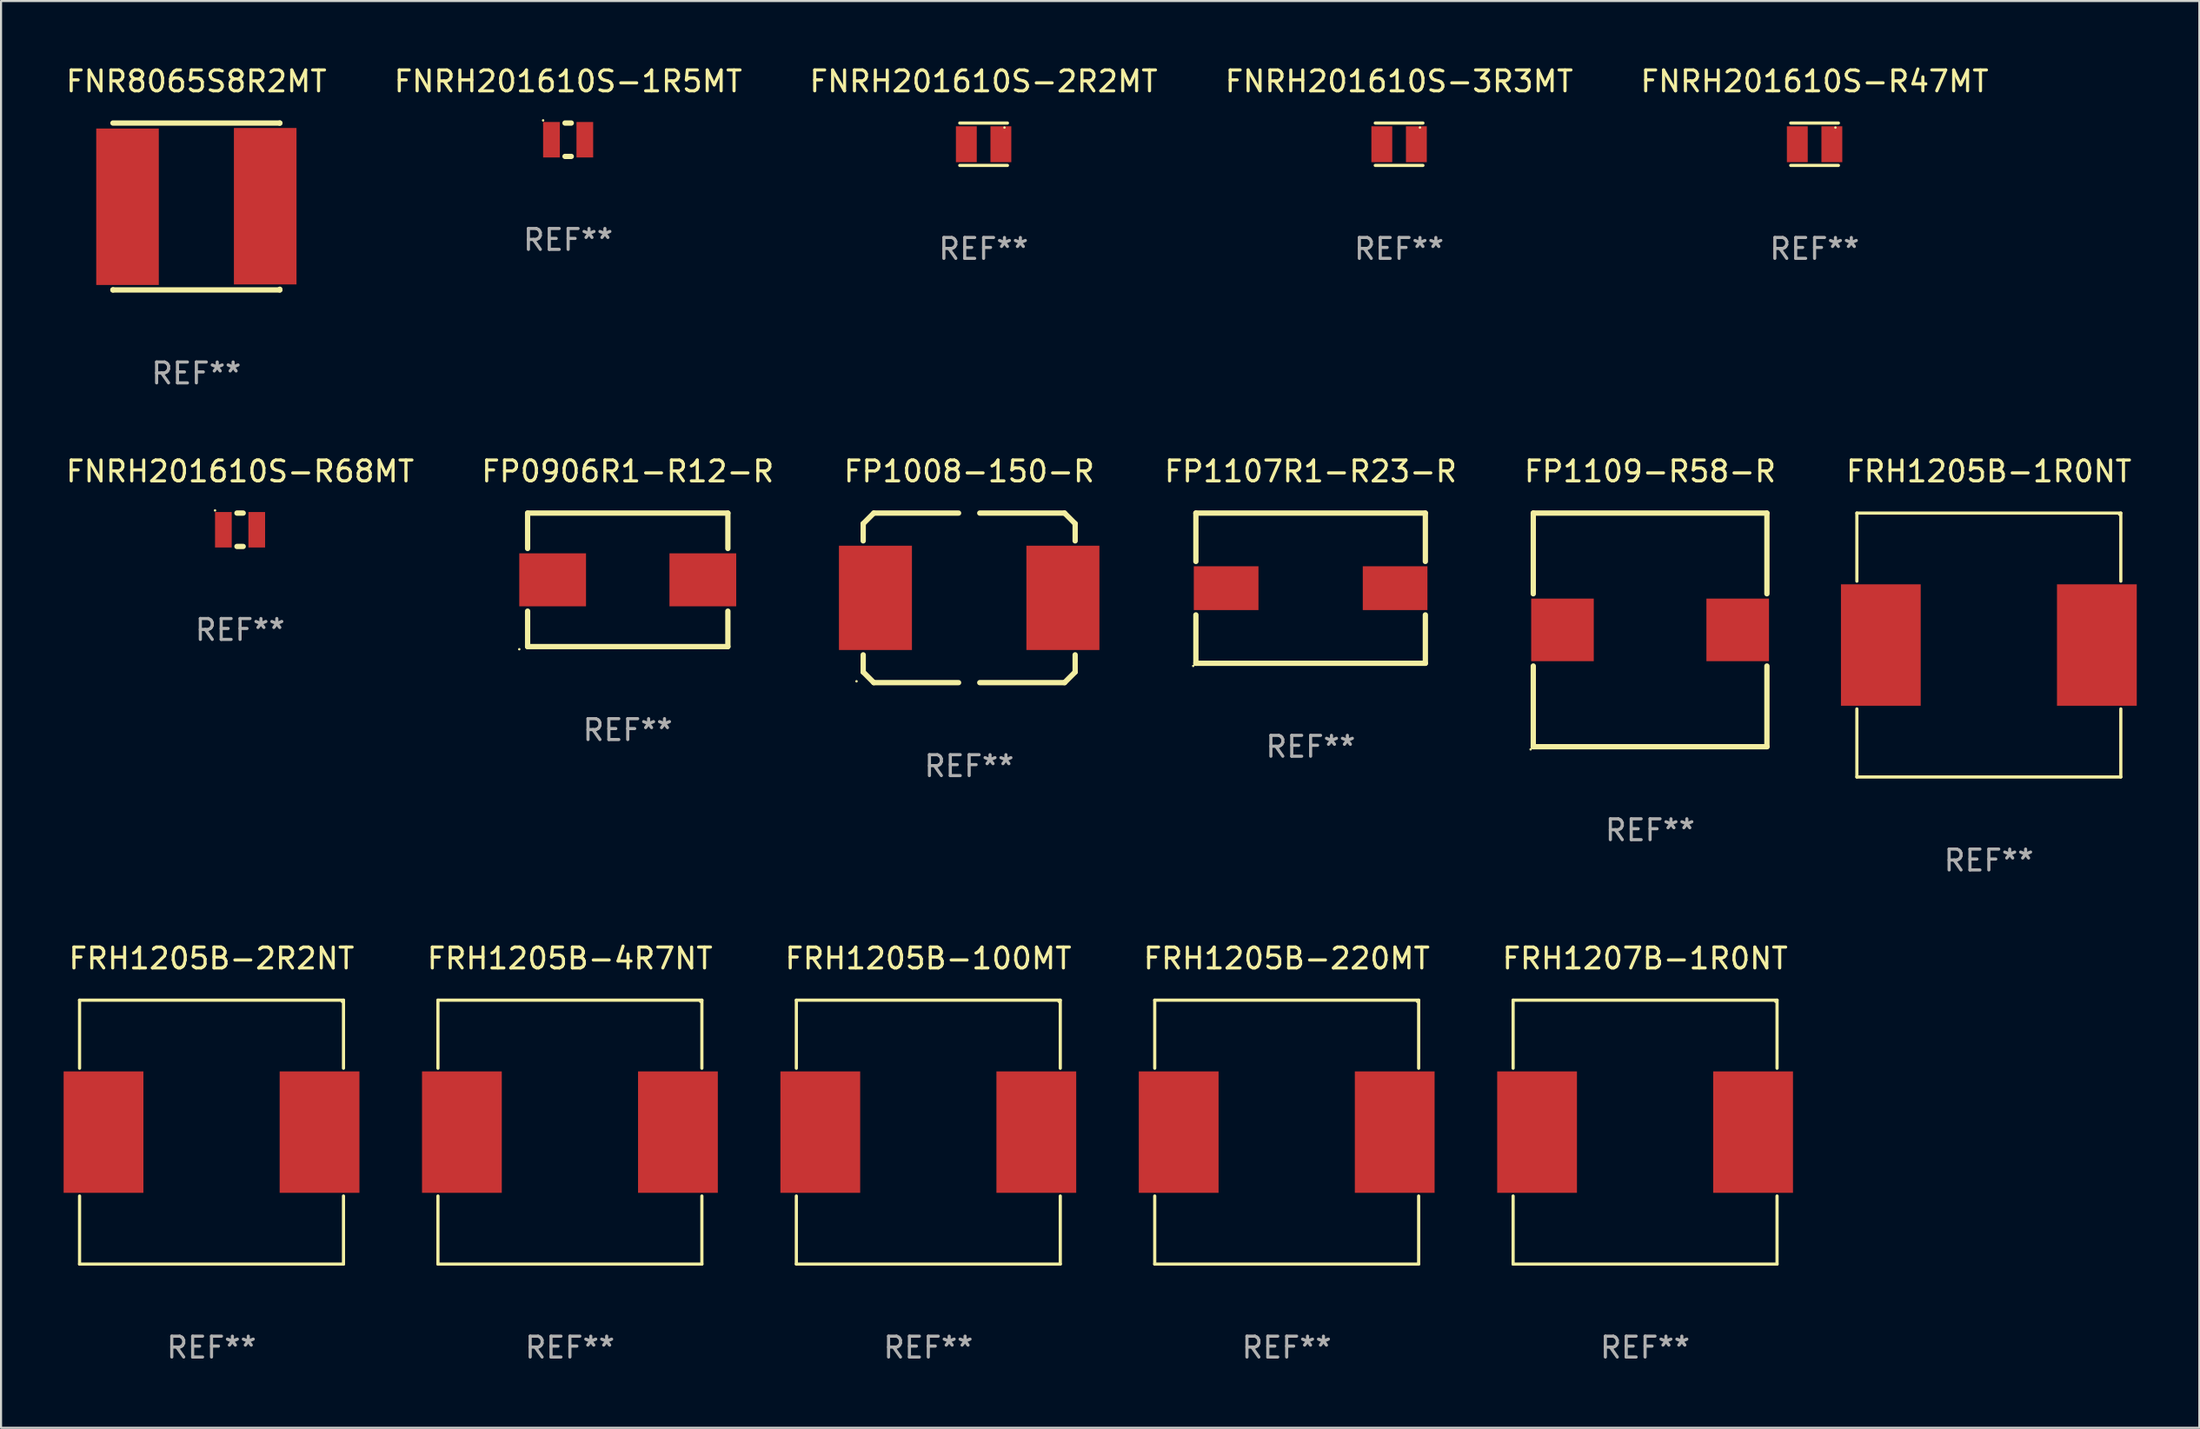
<source format=kicad_pcb>
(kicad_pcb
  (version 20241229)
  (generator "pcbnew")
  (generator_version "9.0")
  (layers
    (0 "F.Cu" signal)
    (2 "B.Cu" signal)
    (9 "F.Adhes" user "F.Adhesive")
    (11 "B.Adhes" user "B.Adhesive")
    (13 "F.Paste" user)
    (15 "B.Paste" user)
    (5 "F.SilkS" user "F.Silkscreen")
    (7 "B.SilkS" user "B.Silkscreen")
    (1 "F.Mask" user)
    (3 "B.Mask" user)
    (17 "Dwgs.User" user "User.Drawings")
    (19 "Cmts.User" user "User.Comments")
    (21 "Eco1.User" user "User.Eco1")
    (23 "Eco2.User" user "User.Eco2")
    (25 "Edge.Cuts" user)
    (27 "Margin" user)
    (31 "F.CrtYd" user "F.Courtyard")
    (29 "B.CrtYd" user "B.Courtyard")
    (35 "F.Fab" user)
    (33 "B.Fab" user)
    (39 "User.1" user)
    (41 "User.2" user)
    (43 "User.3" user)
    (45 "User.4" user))
  (footprint "FRH1205B-4R7NT"
    (layer "F.Cu")
    (at 24.27 51.22)
    (property "Reference" "FRH1205B-4R7NT" (at 0 -8.326 0) (layer "F.SilkS") (effects (font (size 1 1) (thickness 0.15))))
    (attr through_hole)
    (fp_line (start -6.326 -6.326) (end 6.326 -6.326) (stroke (width 0.152) (type solid)) (layer "F.SilkS"))
    (fp_line (start -6.326 -3.062) (end -6.326 -6.326) (stroke (width 0.152) (type solid)) (layer "F.SilkS"))
    (fp_line (start -6.326 3.062) (end -6.326 6.326) (stroke (width 0.152) (type solid)) (layer "F.SilkS"))
    (fp_line (start -6.326 6.326) (end 6.326 6.326) (stroke (width 0.152) (type solid)) (layer "F.SilkS"))
    (fp_line (start 6.326 -6.326) (end 6.326 -3.062) (stroke (width 0.152) (type solid)) (layer "F.SilkS"))
    (fp_line (start 6.326 6.326) (end 6.326 3.062) (stroke (width 0.152) (type solid)) (layer "F.SilkS"))
    (fp_circle (center 6.25 -6.25) (end 6.28 -6.25) (stroke (width 0.06) (type solid)) (fill no) (layer "F.SilkS"))
    (fp_text user "REF**" (at 0 10.326 0) (layer "F.Fab") (effects (font (size 1 1) (thickness 0.15))))
    (pad "1" smd rect (at 5.178 0) (size 3.824 5.82) (layers "F.Cu" "F.Mask" "F.Paste"))
    (pad "2" smd rect (at -5.178 0) (size 3.824 5.82) (layers "F.Cu" "F.Mask" "F.Paste")))
  (footprint "FP1109-R58-R"
    (layer "F.Cu")
    (at 76.05 27.145)
    (property "Reference" "FP1109-R58-R" (at 0 -7.6 0) (layer "F.SilkS") (effects (font (size 1 1) (thickness 0.15))))
    (attr through_hole)
    (fp_line (start -5.6 -5.6) (end -5.6 -1.731) (stroke (width 0.254) (type solid)) (layer "F.SilkS"))
    (fp_line (start -5.6 -5.6) (end 5.6 -5.6) (stroke (width 0.254) (type solid)) (layer "F.SilkS"))
    (fp_line (start -5.6 1.731) (end -5.6 5.6) (stroke (width 0.254) (type solid)) (layer "F.SilkS"))
    (fp_line (start -5.6 5.6) (end 5.6 5.6) (stroke (width 0.254) (type solid)) (layer "F.SilkS"))
    (fp_line (start 5.6 -5.6) (end 5.6 -1.731) (stroke (width 0.254) (type solid)) (layer "F.SilkS"))
    (fp_line (start 5.6 1.731) (end 5.6 5.6) (stroke (width 0.254) (type solid)) (layer "F.SilkS"))
    (fp_circle (center -5.727 5.727) (end -5.697 5.727) (stroke (width 0.06) (type solid)) (fill no) (layer "F.SilkS"))
    (fp_text user "REF**" (at 0 9.6 0) (layer "F.Fab") (effects (font (size 1 1) (thickness 0.15))))
    (pad "1" smd rect (at -4.2 0) (size 3 3) (layers "F.Cu" "F.Mask" "F.Paste"))
    (pad "2" smd rect (at 4.2 0) (size 3 3) (layers "F.Cu" "F.Mask" "F.Paste")))
  (footprint "FP1107R1-R23-R"
    (layer "F.Cu")
    (at 59.777 25.145)
    (property "Reference" "FP1107R1-R23-R" (at 0 -5.6 0) (layer "F.SilkS") (effects (font (size 1 1) (thickness 0.15))))
    (attr through_hole)
    (fp_line (start -5.5 -3.6) (end -5.5 -1.281) (stroke (width 0.254) (type solid)) (layer "F.SilkS"))
    (fp_line (start -5.5 -3.6) (end 5.5 -3.6) (stroke (width 0.254) (type solid)) (layer "F.SilkS"))
    (fp_line (start -5.5 1.281) (end -5.5 3.6) (stroke (width 0.254) (type solid)) (layer "F.SilkS"))
    (fp_line (start -5.5 3.6) (end 5.5 3.6) (stroke (width 0.254) (type solid)) (layer "F.SilkS"))
    (fp_line (start 5.5 -3.6) (end 5.5 -1.281) (stroke (width 0.254) (type solid)) (layer "F.SilkS"))
    (fp_line (start 5.5 1.281) (end 5.5 3.6) (stroke (width 0.254) (type solid)) (layer "F.SilkS"))
    (fp_circle (center -5.627 3.727) (end -5.597 3.727) (stroke (width 0.06) (type solid)) (fill no) (layer "F.SilkS"))
    (fp_text user "REF**" (at 0 7.6 0) (layer "F.Fab") (effects (font (size 1 1) (thickness 0.15))))
    (pad "1" smd rect (at -4.05 0) (size 3.1 2.1) (layers "F.Cu" "F.Mask" "F.Paste"))
    (pad "2" smd rect (at 4.05 0) (size 3.1 2.1) (layers "F.Cu" "F.Mask" "F.Paste")))
  (footprint "FNR8065S8R2MT"
    (layer "F.Cu")
    (at 6.363 6.848)
    (property "Reference" "FNR8065S8R2MT" (at 0 -6 0) (layer "F.SilkS") (effects (font (size 1 1) (thickness 0.15))))
    (attr through_hole)
    (fp_line (start -4 -4) (end 4 -4) (stroke (width 0.254) (type solid)) (layer "F.SilkS"))
    (fp_line (start -4 4) (end -4 3.994) (stroke (width 0.254) (type solid)) (layer "F.SilkS"))
    (fp_line (start 4 -4) (end 4 -3.994) (stroke (width 0.254) (type solid)) (layer "F.SilkS"))
    (fp_line (start 4 3.968) (end 4 4) (stroke (width 0.254) (type solid)) (layer "F.SilkS"))
    (fp_line (start 4 4) (end -4 4) (stroke (width 0.254) (type solid)) (layer "F.SilkS"))
    (fp_circle (center -4 4) (end -3.97 4) (stroke (width 0.06) (type solid)) (fill no) (layer "F.SilkS"))
    (fp_text user "REF**" (at 0 8 0) (layer "F.Fab") (effects (font (size 1 1) (thickness 0.15))))
    (pad "1" smd rect (at -3.3 0.013) (size 3 7.5) (layers "F.Cu" "F.Mask" "F.Paste"))
    (pad "2" smd rect (at 3.3 -0.013) (size 3 7.5) (layers "F.Cu" "F.Mask" "F.Paste")))
  (footprint "FRH1205B-100MT"
    (layer "F.Cu")
    (at 41.45 51.22)
    (property "Reference" "FRH1205B-100MT" (at 0 -8.326 0) (layer "F.SilkS") (effects (font (size 1 1) (thickness 0.15))))
    (attr through_hole)
    (fp_line (start -6.326 -6.326) (end 6.326 -6.326) (stroke (width 0.152) (type solid)) (layer "F.SilkS"))
    (fp_line (start -6.326 -3.062) (end -6.326 -6.326) (stroke (width 0.152) (type solid)) (layer "F.SilkS"))
    (fp_line (start -6.326 3.062) (end -6.326 6.326) (stroke (width 0.152) (type solid)) (layer "F.SilkS"))
    (fp_line (start -6.326 6.326) (end 6.326 6.326) (stroke (width 0.152) (type solid)) (layer "F.SilkS"))
    (fp_line (start 6.326 -6.326) (end 6.326 -3.062) (stroke (width 0.152) (type solid)) (layer "F.SilkS"))
    (fp_line (start 6.326 6.326) (end 6.326 3.062) (stroke (width 0.152) (type solid)) (layer "F.SilkS"))
    (fp_circle (center 6.25 -6.25) (end 6.28 -6.25) (stroke (width 0.06) (type solid)) (fill no) (layer "F.SilkS"))
    (fp_text user "REF**" (at 0 10.326 0) (layer "F.Fab") (effects (font (size 1 1) (thickness 0.15))))
    (pad "1" smd rect (at 5.178 0) (size 3.824 5.82) (layers "F.Cu" "F.Mask" "F.Paste"))
    (pad "2" smd rect (at -5.178 0) (size 3.824 5.82) (layers "F.Cu" "F.Mask" "F.Paste")))
  (footprint "FRH1205B-220MT"
    (layer "F.Cu")
    (at 58.63 51.22)
    (property "Reference" "FRH1205B-220MT" (at 0 -8.326 0) (layer "F.SilkS") (effects (font (size 1 1) (thickness 0.15))))
    (attr through_hole)
    (fp_line (start -6.326 -6.326) (end 6.326 -6.326) (stroke (width 0.152) (type solid)) (layer "F.SilkS"))
    (fp_line (start -6.326 -3.062) (end -6.326 -6.326) (stroke (width 0.152) (type solid)) (layer "F.SilkS"))
    (fp_line (start -6.326 3.062) (end -6.326 6.326) (stroke (width 0.152) (type solid)) (layer "F.SilkS"))
    (fp_line (start -6.326 6.326) (end 6.326 6.326) (stroke (width 0.152) (type solid)) (layer "F.SilkS"))
    (fp_line (start 6.326 -6.326) (end 6.326 -3.062) (stroke (width 0.152) (type solid)) (layer "F.SilkS"))
    (fp_line (start 6.326 6.326) (end 6.326 3.062) (stroke (width 0.152) (type solid)) (layer "F.SilkS"))
    (fp_circle (center 6.25 -6.25) (end 6.28 -6.25) (stroke (width 0.06) (type solid)) (fill no) (layer "F.SilkS"))
    (fp_text user "REF**" (at 0 10.326 0) (layer "F.Fab") (effects (font (size 1 1) (thickness 0.15))))
    (pad "1" smd rect (at 5.178 0) (size 3.824 5.82) (layers "F.Cu" "F.Mask" "F.Paste"))
    (pad "2" smd rect (at -5.178 0) (size 3.824 5.82) (layers "F.Cu" "F.Mask" "F.Paste")))
  (footprint "FP0906R1-R12-R"
    (layer "F.Cu")
    (at 27.042 24.745)
    (property "Reference" "FP0906R1-R12-R" (at 0 -5.2 0) (layer "F.SilkS") (effects (font (size 1 1) (thickness 0.15))))
    (attr through_hole)
    (fp_line (start -4.8 -3.2) (end -4.8 -1.501) (stroke (width 0.254) (type solid)) (layer "F.SilkS"))
    (fp_line (start -4.8 -3.2) (end 4.8 -3.2) (stroke (width 0.254) (type solid)) (layer "F.SilkS"))
    (fp_line (start -4.8 1.501) (end -4.8 3.2) (stroke (width 0.254) (type solid)) (layer "F.SilkS"))
    (fp_line (start -4.8 3.2) (end 4.8 3.2) (stroke (width 0.254) (type solid)) (layer "F.SilkS"))
    (fp_line (start 4.8 -3.2) (end 4.8 -1.501) (stroke (width 0.254) (type solid)) (layer "F.SilkS"))
    (fp_line (start 4.8 1.501) (end 4.8 3.2) (stroke (width 0.254) (type solid)) (layer "F.SilkS"))
    (fp_circle (center -5.2 3.327) (end -5.17 3.327) (stroke (width 0.06) (type solid)) (fill no) (layer "F.SilkS"))
    (fp_text user "REF**" (at 0 7.2 0) (layer "F.Fab") (effects (font (size 1 1) (thickness 0.15))))
    (pad "1" smd rect (at -3.6 0) (size 3.2 2.54) (layers "F.Cu" "F.Mask" "F.Paste"))
    (pad "2" smd rect (at 3.6 0) (size 3.2 2.54) (layers "F.Cu" "F.Mask" "F.Paste")))
  (footprint "FP1008-150-R"
    (layer "F.Cu")
    (at 43.409 25.609)
    (property "Reference" "FP1008-150-R" (at 0 -6.064 0) (layer "F.SilkS") (effects (font (size 1 1) (thickness 0.15))))
    (attr through_hole)
    (fp_line (start -5.08 -3.556) (end -5.08 -2.731) (stroke (width 0.254) (type solid)) (layer "F.SilkS"))
    (fp_line (start -5.08 2.731) (end -5.08 3.556) (stroke (width 0.254) (type solid)) (layer "F.SilkS"))
    (fp_line (start -5.08 3.556) (end -4.572 4.064) (stroke (width 0.254) (type solid)) (layer "F.SilkS"))
    (fp_line (start -4.572 -4.064) (end -5.08 -3.556) (stroke (width 0.254) (type solid)) (layer "F.SilkS"))
    (fp_line (start -4.572 4.064) (end -0.508 4.064) (stroke (width 0.254) (type solid)) (layer "F.SilkS"))
    (fp_line (start -0.508 -4.064) (end -4.572 -4.064) (stroke (width 0.254) (type solid)) (layer "F.SilkS"))
    (fp_line (start 0.508 4.064) (end 4.572 4.064) (stroke (width 0.254) (type solid)) (layer "F.SilkS"))
    (fp_line (start 4.572 -4.064) (end 0.508 -4.064) (stroke (width 0.254) (type solid)) (layer "F.SilkS"))
    (fp_line (start 4.572 4.064) (end 5.08 3.556) (stroke (width 0.254) (type solid)) (layer "F.SilkS"))
    (fp_line (start 5.08 -3.556) (end 4.572 -4.064) (stroke (width 0.254) (type solid)) (layer "F.SilkS"))
    (fp_line (start 5.08 -2.731) (end 5.08 -3.556) (stroke (width 0.254) (type solid)) (layer "F.SilkS"))
    (fp_line (start 5.08 3.556) (end 5.08 2.731) (stroke (width 0.254) (type solid)) (layer "F.SilkS"))
    (fp_circle (center -5.4 4) (end -5.37 4) (stroke (width 0.06) (type solid)) (fill no) (layer "F.SilkS"))
    (fp_text user "REF**" (at 0 8.064 0) (layer "F.Fab") (effects (font (size 1 1) (thickness 0.15))))
    (pad "1" smd rect (at -4.493 0) (size 3.5 5) (layers "F.Cu" "F.Mask" "F.Paste"))
    (pad "2" smd rect (at 4.493 0) (size 3.5 5) (layers "F.Cu" "F.Mask" "F.Paste")))
  (footprint "FNRH201610S-3R3MT"
    (layer "F.Cu")
    (at 64.018 3.864)
    (property "Reference" "FNRH201610S-3R3MT" (at 0 -3.016 0) (layer "F.SilkS") (effects (font (size 1 1) (thickness 0.15))))
    (attr through_hole)
    (fp_line (start -1.143 -1.016) (end 1.143 -1.016) (stroke (width 0.152) (type solid)) (layer "F.SilkS"))
    (fp_line (start 1.143 1.016) (end -1.143 1.016) (stroke (width 0.152) (type solid)) (layer "F.SilkS"))
    (fp_circle (center 1 -0.8) (end 1.03 -0.8) (stroke (width 0.06) (type solid)) (fill no) (layer "F.SilkS"))
    (fp_text user "REF**" (at 0 5.016 0) (layer "F.Fab") (effects (font (size 1 1) (thickness 0.15))))
    (pad "1" smd rect (at 0.828 0) (size 1 1.72) (layers "F.Cu" "F.Mask" "F.Paste"))
    (pad "2" smd rect (at -0.828 0) (size 1 1.72) (layers "F.Cu" "F.Mask" "F.Paste")))
  (footprint "FRH1205B-1R0NT"
    (layer "F.Cu")
    (at 92.289 27.871)
    (property "Reference" "FRH1205B-1R0NT" (at 0 -8.326 0) (layer "F.SilkS") (effects (font (size 1 1) (thickness 0.15))))
    (attr through_hole)
    (fp_line (start -6.326 -6.326) (end 6.326 -6.326) (stroke (width 0.152) (type solid)) (layer "F.SilkS"))
    (fp_line (start -6.326 -3.062) (end -6.326 -6.326) (stroke (width 0.152) (type solid)) (layer "F.SilkS"))
    (fp_line (start -6.326 3.062) (end -6.326 6.326) (stroke (width 0.152) (type solid)) (layer "F.SilkS"))
    (fp_line (start -6.326 6.326) (end 6.326 6.326) (stroke (width 0.152) (type solid)) (layer "F.SilkS"))
    (fp_line (start 6.326 -6.326) (end 6.326 -3.062) (stroke (width 0.152) (type solid)) (layer "F.SilkS"))
    (fp_line (start 6.326 6.326) (end 6.326 3.062) (stroke (width 0.152) (type solid)) (layer "F.SilkS"))
    (fp_circle (center 6.25 -6.25) (end 6.28 -6.25) (stroke (width 0.06) (type solid)) (fill no) (layer "F.SilkS"))
    (fp_text user "REF**" (at 0 10.326 0) (layer "F.Fab") (effects (font (size 1 1) (thickness 0.15))))
    (pad "1" smd rect (at 5.178 0) (size 3.824 5.82) (layers "F.Cu" "F.Mask" "F.Paste"))
    (pad "2" smd rect (at -5.178 0) (size 3.824 5.82) (layers "F.Cu" "F.Mask" "F.Paste")))
  (footprint "FNRH201610S-R68MT"
    (layer "F.Cu")
    (at 8.458 22.345)
    (property "Reference" "FNRH201610S-R68MT" (at 0 -2.8 0) (layer "F.SilkS") (effects (font (size 1 1) (thickness 0.15))))
    (attr through_hole)
    (fp_line (start -0.15 -0.8) (end 0.15 -0.8) (stroke (width 0.254) (type solid)) (layer "F.SilkS"))
    (fp_line (start -0.15 0.8) (end 0.15 0.8) (stroke (width 0.254) (type solid)) (layer "F.SilkS"))
    (fp_circle (center -1.2 -0.927) (end -1.17 -0.927) (stroke (width 0.06) (type solid)) (fill no) (layer "F.SilkS"))
    (fp_text user "REF**" (at 0 4.8 0) (layer "F.Fab") (effects (font (size 1 1) (thickness 0.15))))
    (pad "1" smd rect (at -0.8 -0.000127) (size 0.8 1.7) (layers "F.Cu" "F.Mask" "F.Paste"))
    (pad "2" smd rect (at 0.8 0.000127) (size 0.8 1.7) (layers "F.Cu" "F.Mask" "F.Paste")))
  (footprint "FNRH201610S-2R2MT"
    (layer "F.Cu")
    (at 44.101 3.864)
    (property "Reference" "FNRH201610S-2R2MT" (at 0 -3.016 0) (layer "F.SilkS") (effects (font (size 1 1) (thickness 0.15))))
    (attr through_hole)
    (fp_line (start -1.143 -1.016) (end 1.143 -1.016) (stroke (width 0.152) (type solid)) (layer "F.SilkS"))
    (fp_line (start 1.143 1.016) (end -1.143 1.016) (stroke (width 0.152) (type solid)) (layer "F.SilkS"))
    (fp_circle (center 1 -0.8) (end 1.03 -0.8) (stroke (width 0.06) (type solid)) (fill no) (layer "F.SilkS"))
    (fp_text user "REF**" (at 0 5.016 0) (layer "F.Fab") (effects (font (size 1 1) (thickness 0.15))))
    (pad "1" smd rect (at 0.828 0) (size 1 1.72) (layers "F.Cu" "F.Mask" "F.Paste"))
    (pad "2" smd rect (at -0.828 0) (size 1 1.72) (layers "F.Cu" "F.Mask" "F.Paste")))
  (footprint "FNRH201610S-1R5MT"
    (layer "F.Cu")
    (at 24.185 3.648)
    (property "Reference" "FNRH201610S-1R5MT" (at 0 -2.8 0) (layer "F.SilkS") (effects (font (size 1 1) (thickness 0.15))))
    (attr through_hole)
    (fp_line (start -0.15 -0.8) (end 0.15 -0.8) (stroke (width 0.254) (type solid)) (layer "F.SilkS"))
    (fp_line (start -0.15 0.8) (end 0.15 0.8) (stroke (width 0.254) (type solid)) (layer "F.SilkS"))
    (fp_circle (center -1.2 -0.927) (end -1.17 -0.927) (stroke (width 0.06) (type solid)) (fill no) (layer "F.SilkS"))
    (fp_text user "REF**" (at 0 4.8 0) (layer "F.Fab") (effects (font (size 1 1) (thickness 0.15))))
    (pad "1" smd rect (at -0.8 -0.000127) (size 0.8 1.7) (layers "F.Cu" "F.Mask" "F.Paste"))
    (pad "2" smd rect (at 0.8 0.000127) (size 0.8 1.7) (layers "F.Cu" "F.Mask" "F.Paste")))
  (footprint "FRH1205B-2R2NT"
    (layer "F.Cu")
    (at 7.09 51.22)
    (property "Reference" "FRH1205B-2R2NT" (at 0 -8.326 0) (layer "F.SilkS") (effects (font (size 1 1) (thickness 0.15))))
    (attr through_hole)
    (fp_line (start -6.326 -6.326) (end 6.326 -6.326) (stroke (width 0.152) (type solid)) (layer "F.SilkS"))
    (fp_line (start -6.326 -3.062) (end -6.326 -6.326) (stroke (width 0.152) (type solid)) (layer "F.SilkS"))
    (fp_line (start -6.326 3.062) (end -6.326 6.326) (stroke (width 0.152) (type solid)) (layer "F.SilkS"))
    (fp_line (start -6.326 6.326) (end 6.326 6.326) (stroke (width 0.152) (type solid)) (layer "F.SilkS"))
    (fp_line (start 6.326 -6.326) (end 6.326 -3.062) (stroke (width 0.152) (type solid)) (layer "F.SilkS"))
    (fp_line (start 6.326 6.326) (end 6.326 3.062) (stroke (width 0.152) (type solid)) (layer "F.SilkS"))
    (fp_circle (center 6.25 -6.25) (end 6.28 -6.25) (stroke (width 0.06) (type solid)) (fill no) (layer "F.SilkS"))
    (fp_text user "REF**" (at 0 10.326 0) (layer "F.Fab") (effects (font (size 1 1) (thickness 0.15))))
    (pad "1" smd rect (at 5.178 0) (size 3.824 5.82) (layers "F.Cu" "F.Mask" "F.Paste"))
    (pad "2" smd rect (at -5.178 0) (size 3.824 5.82) (layers "F.Cu" "F.Mask" "F.Paste")))
  (footprint "FRH1207B-1R0NT"
    (layer "F.Cu")
    (at 75.81 51.22)
    (property "Reference" "FRH1207B-1R0NT" (at 0 -8.326 0) (layer "F.SilkS") (effects (font (size 1 1) (thickness 0.15))))
    (attr through_hole)
    (fp_line (start -6.326 -6.326) (end 6.326 -6.326) (stroke (width 0.152) (type solid)) (layer "F.SilkS"))
    (fp_line (start -6.326 -3.062) (end -6.326 -6.326) (stroke (width 0.152) (type solid)) (layer "F.SilkS"))
    (fp_line (start -6.326 3.062) (end -6.326 6.326) (stroke (width 0.152) (type solid)) (layer "F.SilkS"))
    (fp_line (start -6.326 6.326) (end 6.326 6.326) (stroke (width 0.152) (type solid)) (layer "F.SilkS"))
    (fp_line (start 6.326 -6.326) (end 6.326 -3.062) (stroke (width 0.152) (type solid)) (layer "F.SilkS"))
    (fp_line (start 6.326 6.326) (end 6.326 3.062) (stroke (width 0.152) (type solid)) (layer "F.SilkS"))
    (fp_circle (center 6.25 -6.25) (end 6.28 -6.25) (stroke (width 0.06) (type solid)) (fill no) (layer "F.SilkS"))
    (fp_text user "REF**" (at 0 10.326 0) (layer "F.Fab") (effects (font (size 1 1) (thickness 0.15))))
    (pad "1" smd rect (at 5.178 0) (size 3.824 5.82) (layers "F.Cu" "F.Mask" "F.Paste"))
    (pad "2" smd rect (at -5.178 0) (size 3.824 5.82) (layers "F.Cu" "F.Mask" "F.Paste")))
  (footprint "FNRH201610S-R47MT"
    (layer "F.Cu")
    (at 83.935 3.864)
    (property "Reference" "FNRH201610S-R47MT" (at 0 -3.016 0) (layer "F.SilkS") (effects (font (size 1 1) (thickness 0.15))))
    (attr through_hole)
    (fp_line (start -1.143 -1.016) (end 1.143 -1.016) (stroke (width 0.152) (type solid)) (layer "F.SilkS"))
    (fp_line (start 1.143 1.016) (end -1.143 1.016) (stroke (width 0.152) (type solid)) (layer "F.SilkS"))
    (fp_circle (center 1 -0.8) (end 1.03 -0.8) (stroke (width 0.06) (type solid)) (fill no) (layer "F.SilkS"))
    (fp_text user "REF**" (at 0 5.016 0) (layer "F.Fab") (effects (font (size 1 1) (thickness 0.15))))
    (pad "1" smd rect (at 0.828 0) (size 1 1.72) (layers "F.Cu" "F.Mask" "F.Paste"))
    (pad "2" smd rect (at -0.828 0) (size 1 1.72) (layers "F.Cu" "F.Mask" "F.Paste")))
  (gr_rect
    (start -3 -3)
    (end 102.379 65.394)
    (stroke (width 0.1) (type default))
    (fill no)
    (layer "Edge.Cuts")))
</source>
